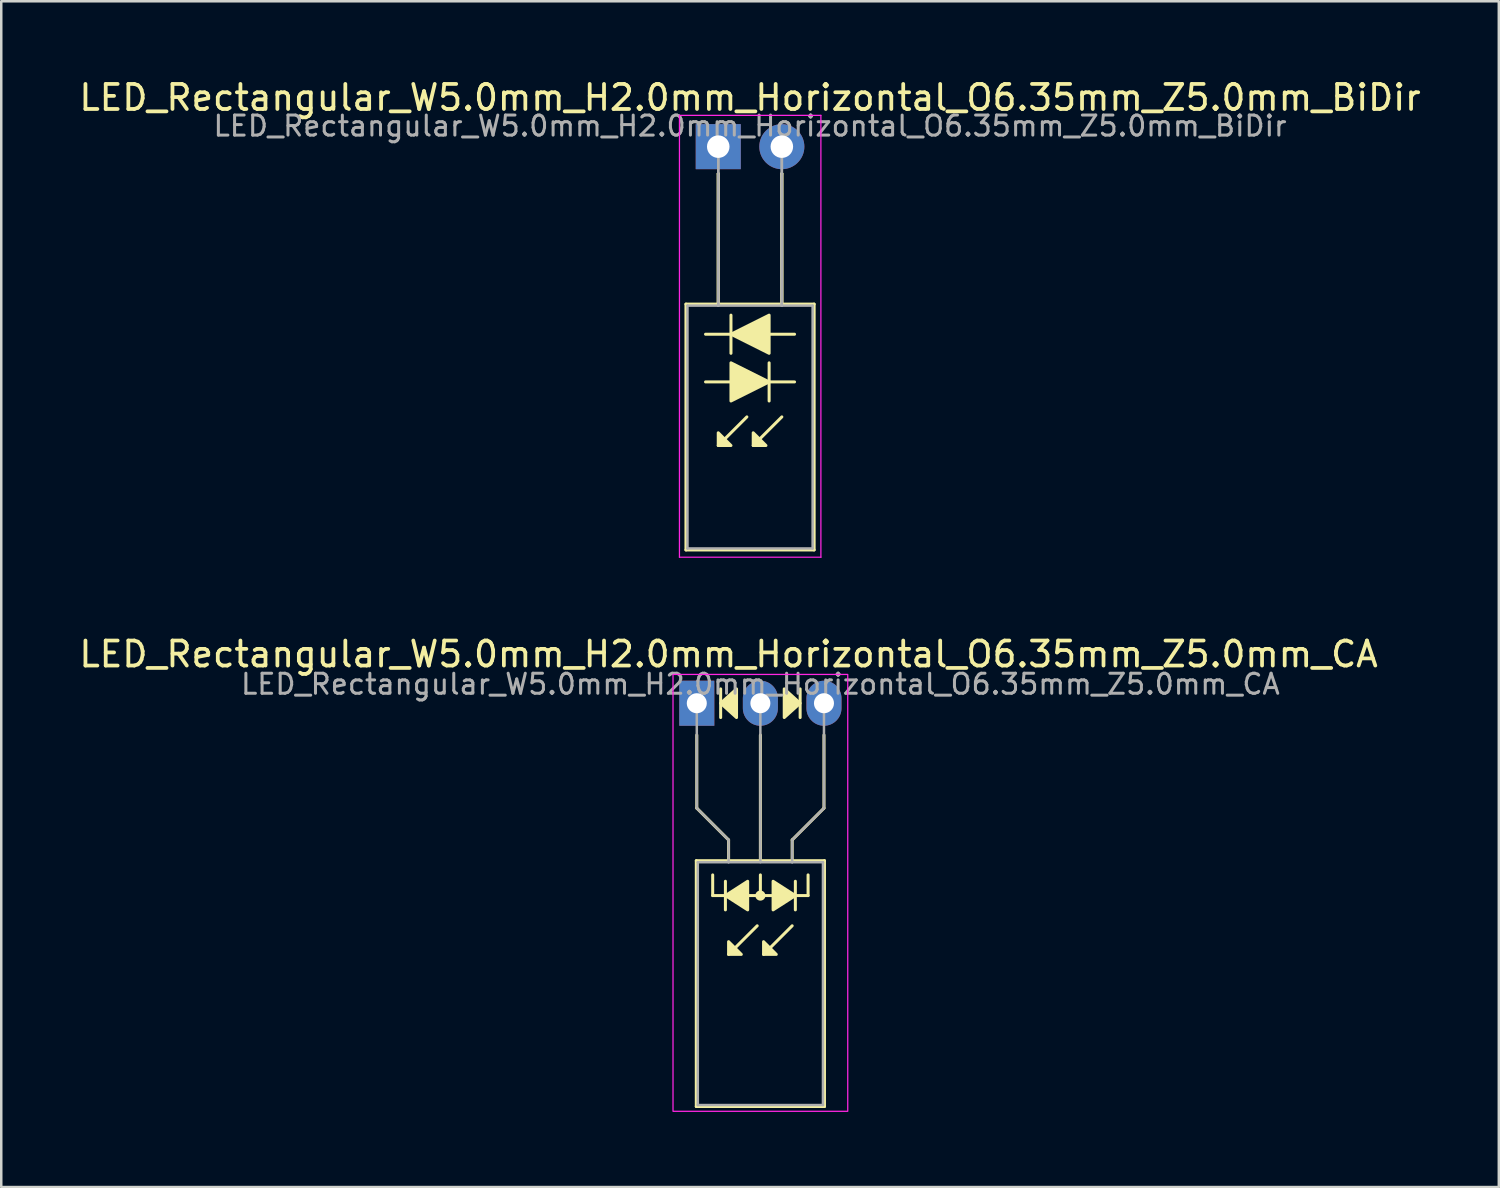
<source format=kicad_pcb>
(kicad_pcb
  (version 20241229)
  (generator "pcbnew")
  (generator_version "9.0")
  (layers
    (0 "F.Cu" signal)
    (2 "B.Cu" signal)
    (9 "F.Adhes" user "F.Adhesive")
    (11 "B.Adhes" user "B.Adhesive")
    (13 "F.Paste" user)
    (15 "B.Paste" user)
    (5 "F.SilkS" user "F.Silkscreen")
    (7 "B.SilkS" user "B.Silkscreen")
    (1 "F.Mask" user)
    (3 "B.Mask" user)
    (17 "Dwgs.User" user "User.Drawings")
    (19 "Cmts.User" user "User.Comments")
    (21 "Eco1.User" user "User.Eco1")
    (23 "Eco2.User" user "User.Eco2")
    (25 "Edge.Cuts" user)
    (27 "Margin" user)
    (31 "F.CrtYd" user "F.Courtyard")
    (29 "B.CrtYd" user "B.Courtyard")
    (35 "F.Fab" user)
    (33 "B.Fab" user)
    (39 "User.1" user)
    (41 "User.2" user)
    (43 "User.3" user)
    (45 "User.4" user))
  (footprint "LED_Rectangular_W5.0mm_H2.0mm_Horizontal_O6.35mm_Z5.0mm_CA"
    (layer "F.Cu")
    (at 24.784 25.041)
    (property "Reference" "LED_Rectangular_W5.0mm_H2.0mm_Horizontal_O6.35mm_Z5.0mm_CA" (at 1.27 -1.96 0) (layer "F.SilkS") (effects (font (size 1 1) (thickness 0.15))))
    (fp_line (start -0.02 6.29) (end -0.02 16.11) (stroke (width 0.12) (type solid)) (layer "F.SilkS"))
    (fp_line (start -0.02 16.11) (end 5.1 16.11) (stroke (width 0.12) (type solid)) (layer "F.SilkS"))
    (fp_line (start 0 1.27) (end 0 4.191) (stroke (width 0.12) (type default)) (layer "F.SilkS"))
    (fp_line (start 0 4.191) (end 1.27 5.461) (stroke (width 0.12) (type default)) (layer "F.SilkS"))
    (fp_line (start 0.635 7.684) (end 0.635 6.858) (stroke (width 0.12) (type default)) (layer "F.SilkS"))
    (fp_line (start 0.635 7.684) (end 4.445 7.684) (stroke (width 0.12) (type default)) (layer "F.SilkS"))
    (fp_line (start 0.953 -0.572) (end 0.953 0.572) (stroke (width 0.12) (type solid)) (layer "F.SilkS"))
    (fp_line (start 1.143 7.112) (end 1.143 8.255) (stroke (width 0.12) (type solid)) (layer "F.SilkS"))
    (fp_line (start 1.27 5.461) (end 1.27 6.29) (stroke (width 0.12) (type default)) (layer "F.SilkS"))
    (fp_line (start 1.27 6.29) (end 1.27 6.29) (stroke (width 0.12) (type solid)) (layer "F.SilkS"))
    (fp_line (start 2.413 8.89) (end 1.27 10.033) (stroke (width 0.12) (type solid)) (layer "F.SilkS"))
    (fp_line (start 2.54 6.29) (end 2.54 1.27) (stroke (width 0.12) (type default)) (layer "F.SilkS"))
    (fp_line (start 2.54 7.684) (end 2.54 6.858) (stroke (width 0.12) (type default)) (layer "F.SilkS"))
    (fp_line (start 3.81 5.461) (end 3.81 6.29) (stroke (width 0.12) (type default)) (layer "F.SilkS"))
    (fp_line (start 3.81 6.29) (end 3.81 6.29) (stroke (width 0.12) (type solid)) (layer "F.SilkS"))
    (fp_line (start 3.81 8.89) (end 2.667 10.033) (stroke (width 0.12) (type solid)) (layer "F.SilkS"))
    (fp_line (start 3.937 8.255) (end 3.937 7.112) (stroke (width 0.12) (type solid)) (layer "F.SilkS"))
    (fp_line (start 4.128 0.572) (end 4.128 -0.572) (stroke (width 0.12) (type solid)) (layer "F.SilkS"))
    (fp_line (start 4.445 7.684) (end 4.445 6.858) (stroke (width 0.12) (type default)) (layer "F.SilkS"))
    (fp_line (start 5.08 1.27) (end 5.08 4.191) (stroke (width 0.12) (type default)) (layer "F.SilkS"))
    (fp_line (start 5.08 4.191) (end 3.81 5.461) (stroke (width 0.12) (type default)) (layer "F.SilkS"))
    (fp_line (start 5.1 6.29) (end -0.02 6.29) (stroke (width 0.12) (type solid)) (layer "F.SilkS"))
    (fp_line (start 5.1 16.11) (end 5.1 6.29) (stroke (width 0.12) (type solid)) (layer "F.SilkS"))
    (fp_circle (center 2.54 7.684) (end 2.682 7.684) (stroke (width 0.12) (type solid)) (fill yes) (layer "F.SilkS"))
    (fp_poly (pts (xy 1.27 9.525) (xy 1.778 10.033) (xy 1.27 10.033)) (stroke (width 0.12) (type solid)) (fill yes) (layer "F.SilkS"))
    (fp_poly (pts (xy 1.587 0.572) (xy 0.953 0) (xy 1.587 -0.572)) (stroke (width 0.12) (type solid)) (fill yes) (layer "F.SilkS"))
    (fp_poly (pts (xy 2.032 8.255) (xy 1.143 7.684) (xy 2.032 7.112)) (stroke (width 0.12) (type solid)) (fill yes) (layer "F.SilkS"))
    (fp_poly (pts (xy 2.667 9.525) (xy 3.175 10.033) (xy 2.667 10.033)) (stroke (width 0.12) (type solid)) (fill yes) (layer "F.SilkS"))
    (fp_poly (pts (xy 3.048 7.112) (xy 3.937 7.684) (xy 3.048 8.255)) (stroke (width 0.12) (type solid)) (fill yes) (layer "F.SilkS"))
    (fp_poly (pts (xy 3.493 -0.572) (xy 4.128 0) (xy 3.493 0.572)) (stroke (width 0.12) (type solid)) (fill yes) (layer "F.SilkS"))
    (fp_rect (start -0.95 -1.15) (end 6.03 16.3) (stroke (width 0.05) (type default)) (fill no) (layer "F.CrtYd"))
    (fp_line (start 0 0) (end 0 0) (stroke (width 0.1) (type solid)) (layer "F.Fab"))
    (fp_line (start 0 4.191) (end 0 0) (stroke (width 0.1) (type default)) (layer "F.Fab"))
    (fp_line (start 0.04 6.35) (end 0.04 16.05) (stroke (width 0.1) (type solid)) (layer "F.Fab"))
    (fp_line (start 0.04 16.05) (end 5.04 16.05) (stroke (width 0.1) (type solid)) (layer "F.Fab"))
    (fp_line (start 1.27 5.461) (end 0 4.191) (stroke (width 0.1) (type default)) (layer "F.Fab"))
    (fp_line (start 1.27 5.461) (end 1.27 6.35) (stroke (width 0.1) (type default)) (layer "F.Fab"))
    (fp_line (start 1.27 6.35) (end 1.27 6.35) (stroke (width 0.1) (type solid)) (layer "F.Fab"))
    (fp_line (start 2.54 0) (end 2.54 0) (stroke (width 0.1) (type solid)) (layer "F.Fab"))
    (fp_line (start 2.54 0) (end 2.54 6.35) (stroke (width 0.1) (type default)) (layer "F.Fab"))
    (fp_line (start 3.81 5.461) (end 3.81 6.35) (stroke (width 0.1) (type default)) (layer "F.Fab"))
    (fp_line (start 3.81 5.461) (end 5.08 4.191) (stroke (width 0.1) (type default)) (layer "F.Fab"))
    (fp_line (start 3.81 6.35) (end 3.81 6.35) (stroke (width 0.1) (type solid)) (layer "F.Fab"))
    (fp_line (start 5.04 6.35) (end 0.04 6.35) (stroke (width 0.1) (type solid)) (layer "F.Fab"))
    (fp_line (start 5.04 16.05) (end 5.04 6.35) (stroke (width 0.1) (type solid)) (layer "F.Fab"))
    (fp_line (start 5.08 4.191) (end 5.08 0) (stroke (width 0.1) (type default)) (layer "F.Fab"))
    (fp_text user "${REFERENCE}" (at 2.54 -0.762 0) (layer "F.Fab") (effects (font (size 0.8 0.8) (thickness 0.12))))
    (pad "1" thru_hole rect (at 0 0) (size 1.4 1.8) (drill 0.8) (layers "*.Cu" "*.Mask"))
    (pad "2" thru_hole oval (at 2.54 0) (size 1.4 1.8) (drill 0.8) (layers "*.Cu" "*.Mask"))
    (pad "3" thru_hole oval (at 5.08 0) (size 1.4 1.8) (drill 0.8) (layers "*.Cu" "*.Mask")))
  (footprint "LED_Rectangular_W5.0mm_H2.0mm_Horizontal_O6.35mm_Z5.0mm_BiDir"
    (layer "F.Cu")
    (at 25.641 2.808)
    (property "Reference" "LED_Rectangular_W5.0mm_H2.0mm_Horizontal_O6.35mm_Z5.0mm_BiDir" (at 1.27 -1.96 0) (layer "F.SilkS") (effects (font (size 1 1) (thickness 0.15))))
    (fp_line (start -1.29 6.29) (end -1.29 16.11) (stroke (width 0.12) (type solid)) (layer "F.SilkS"))
    (fp_line (start -1.29 16.11) (end 3.83 16.11) (stroke (width 0.12) (type solid)) (layer "F.SilkS"))
    (fp_line (start -0.508 9.398) (end 0.508 9.398) (stroke (width 0.12) (type solid)) (layer "F.SilkS"))
    (fp_line (start 0 1.08) (end 0 1.08) (stroke (width 0.12) (type solid)) (layer "F.SilkS"))
    (fp_line (start 0 1.08) (end 0 6.29) (stroke (width 0.12) (type solid)) (layer "F.SilkS"))
    (fp_line (start 0 6.29) (end 0 1.08) (stroke (width 0.12) (type solid)) (layer "F.SilkS"))
    (fp_line (start 0 6.29) (end 0 6.29) (stroke (width 0.12) (type solid)) (layer "F.SilkS"))
    (fp_line (start 0.508 6.731) (end 0.508 8.255) (stroke (width 0.12) (type solid)) (layer "F.SilkS"))
    (fp_line (start 0.508 7.493) (end -0.508 7.493) (stroke (width 0.12) (type solid)) (layer "F.SilkS"))
    (fp_line (start 1.143 10.795) (end 0 11.938) (stroke (width 0.12) (type solid)) (layer "F.SilkS"))
    (fp_line (start 2.032 9.398) (end 3.048 9.398) (stroke (width 0.12) (type solid)) (layer "F.SilkS"))
    (fp_line (start 2.032 10.16) (end 2.032 8.636) (stroke (width 0.12) (type solid)) (layer "F.SilkS"))
    (fp_line (start 2.54 1.08) (end 2.54 1.08) (stroke (width 0.12) (type solid)) (layer "F.SilkS"))
    (fp_line (start 2.54 1.08) (end 2.54 6.29) (stroke (width 0.12) (type solid)) (layer "F.SilkS"))
    (fp_line (start 2.54 6.29) (end 2.54 1.08) (stroke (width 0.12) (type solid)) (layer "F.SilkS"))
    (fp_line (start 2.54 6.29) (end 2.54 6.29) (stroke (width 0.12) (type solid)) (layer "F.SilkS"))
    (fp_line (start 2.54 10.795) (end 1.397 11.938) (stroke (width 0.12) (type solid)) (layer "F.SilkS"))
    (fp_line (start 3.048 7.493) (end 2.032 7.493) (stroke (width 0.12) (type solid)) (layer "F.SilkS"))
    (fp_line (start 3.83 6.29) (end -1.29 6.29) (stroke (width 0.12) (type solid)) (layer "F.SilkS"))
    (fp_line (start 3.83 16.11) (end 3.83 6.29) (stroke (width 0.12) (type solid)) (layer "F.SilkS"))
    (fp_poly (pts (xy 0 11.43) (xy 0.508 11.938) (xy 0 11.938)) (stroke (width 0.12) (type solid)) (fill yes) (layer "F.SilkS"))
    (fp_poly (pts (xy 0.508 8.636) (xy 2.032 9.398) (xy 0.508 10.16)) (stroke (width 0.12) (type solid)) (fill yes) (layer "F.SilkS"))
    (fp_poly (pts (xy 1.397 11.43) (xy 1.905 11.938) (xy 1.397 11.938)) (stroke (width 0.12) (type solid)) (fill yes) (layer "F.SilkS"))
    (fp_poly (pts (xy 2.032 8.255) (xy 0.508 7.493) (xy 2.032 6.731)) (stroke (width 0.12) (type solid)) (fill yes) (layer "F.SilkS"))
    (fp_line (start -1.55 -1.25) (end -1.55 16.4) (stroke (width 0.05) (type solid)) (layer "F.CrtYd"))
    (fp_line (start -1.55 16.4) (end 4.1 16.4) (stroke (width 0.05) (type solid)) (layer "F.CrtYd"))
    (fp_line (start 4.1 -1.25) (end -1.55 -1.25) (stroke (width 0.05) (type solid)) (layer "F.CrtYd"))
    (fp_line (start 4.1 16.4) (end 4.1 -1.25) (stroke (width 0.05) (type solid)) (layer "F.CrtYd"))
    (fp_line (start -1.23 6.35) (end -1.23 16.05) (stroke (width 0.1) (type solid)) (layer "F.Fab"))
    (fp_line (start -1.23 16.05) (end 3.77 16.05) (stroke (width 0.1) (type solid)) (layer "F.Fab"))
    (fp_line (start 0 0) (end 0 0) (stroke (width 0.1) (type solid)) (layer "F.Fab"))
    (fp_line (start 0 0) (end 0 6.35) (stroke (width 0.1) (type solid)) (layer "F.Fab"))
    (fp_line (start 0 6.35) (end 0 0) (stroke (width 0.1) (type solid)) (layer "F.Fab"))
    (fp_line (start 0 6.35) (end 0 6.35) (stroke (width 0.1) (type solid)) (layer "F.Fab"))
    (fp_line (start 2.54 0) (end 2.54 0) (stroke (width 0.1) (type solid)) (layer "F.Fab"))
    (fp_line (start 2.54 0) (end 2.54 6.35) (stroke (width 0.1) (type solid)) (layer "F.Fab"))
    (fp_line (start 2.54 6.35) (end 2.54 0) (stroke (width 0.1) (type solid)) (layer "F.Fab"))
    (fp_line (start 2.54 6.35) (end 2.54 6.35) (stroke (width 0.1) (type solid)) (layer "F.Fab"))
    (fp_line (start 3.77 6.35) (end -1.23 6.35) (stroke (width 0.1) (type solid)) (layer "F.Fab"))
    (fp_line (start 3.77 16.05) (end 3.77 6.35) (stroke (width 0.1) (type solid)) (layer "F.Fab"))
    (fp_text user "${REFERENCE}" (at 1.27 -0.826 0) (layer "F.Fab") (effects (font (size 0.8 0.8) (thickness 0.12))))
    (pad "1" thru_hole rect (at 0 0) (size 1.8 1.8) (drill 0.9) (layers "*.Cu" "*.Mask"))
    (pad "2" thru_hole circle (at 2.54 0) (size 1.8 1.8) (drill 0.9) (layers "*.Cu" "*.Mask")))
  (gr_rect
    (start -3 -3)
    (end 56.821 44.367)
    (stroke (width 0.1) (type default))
    (fill no)
    (layer "Edge.Cuts")))
</source>
